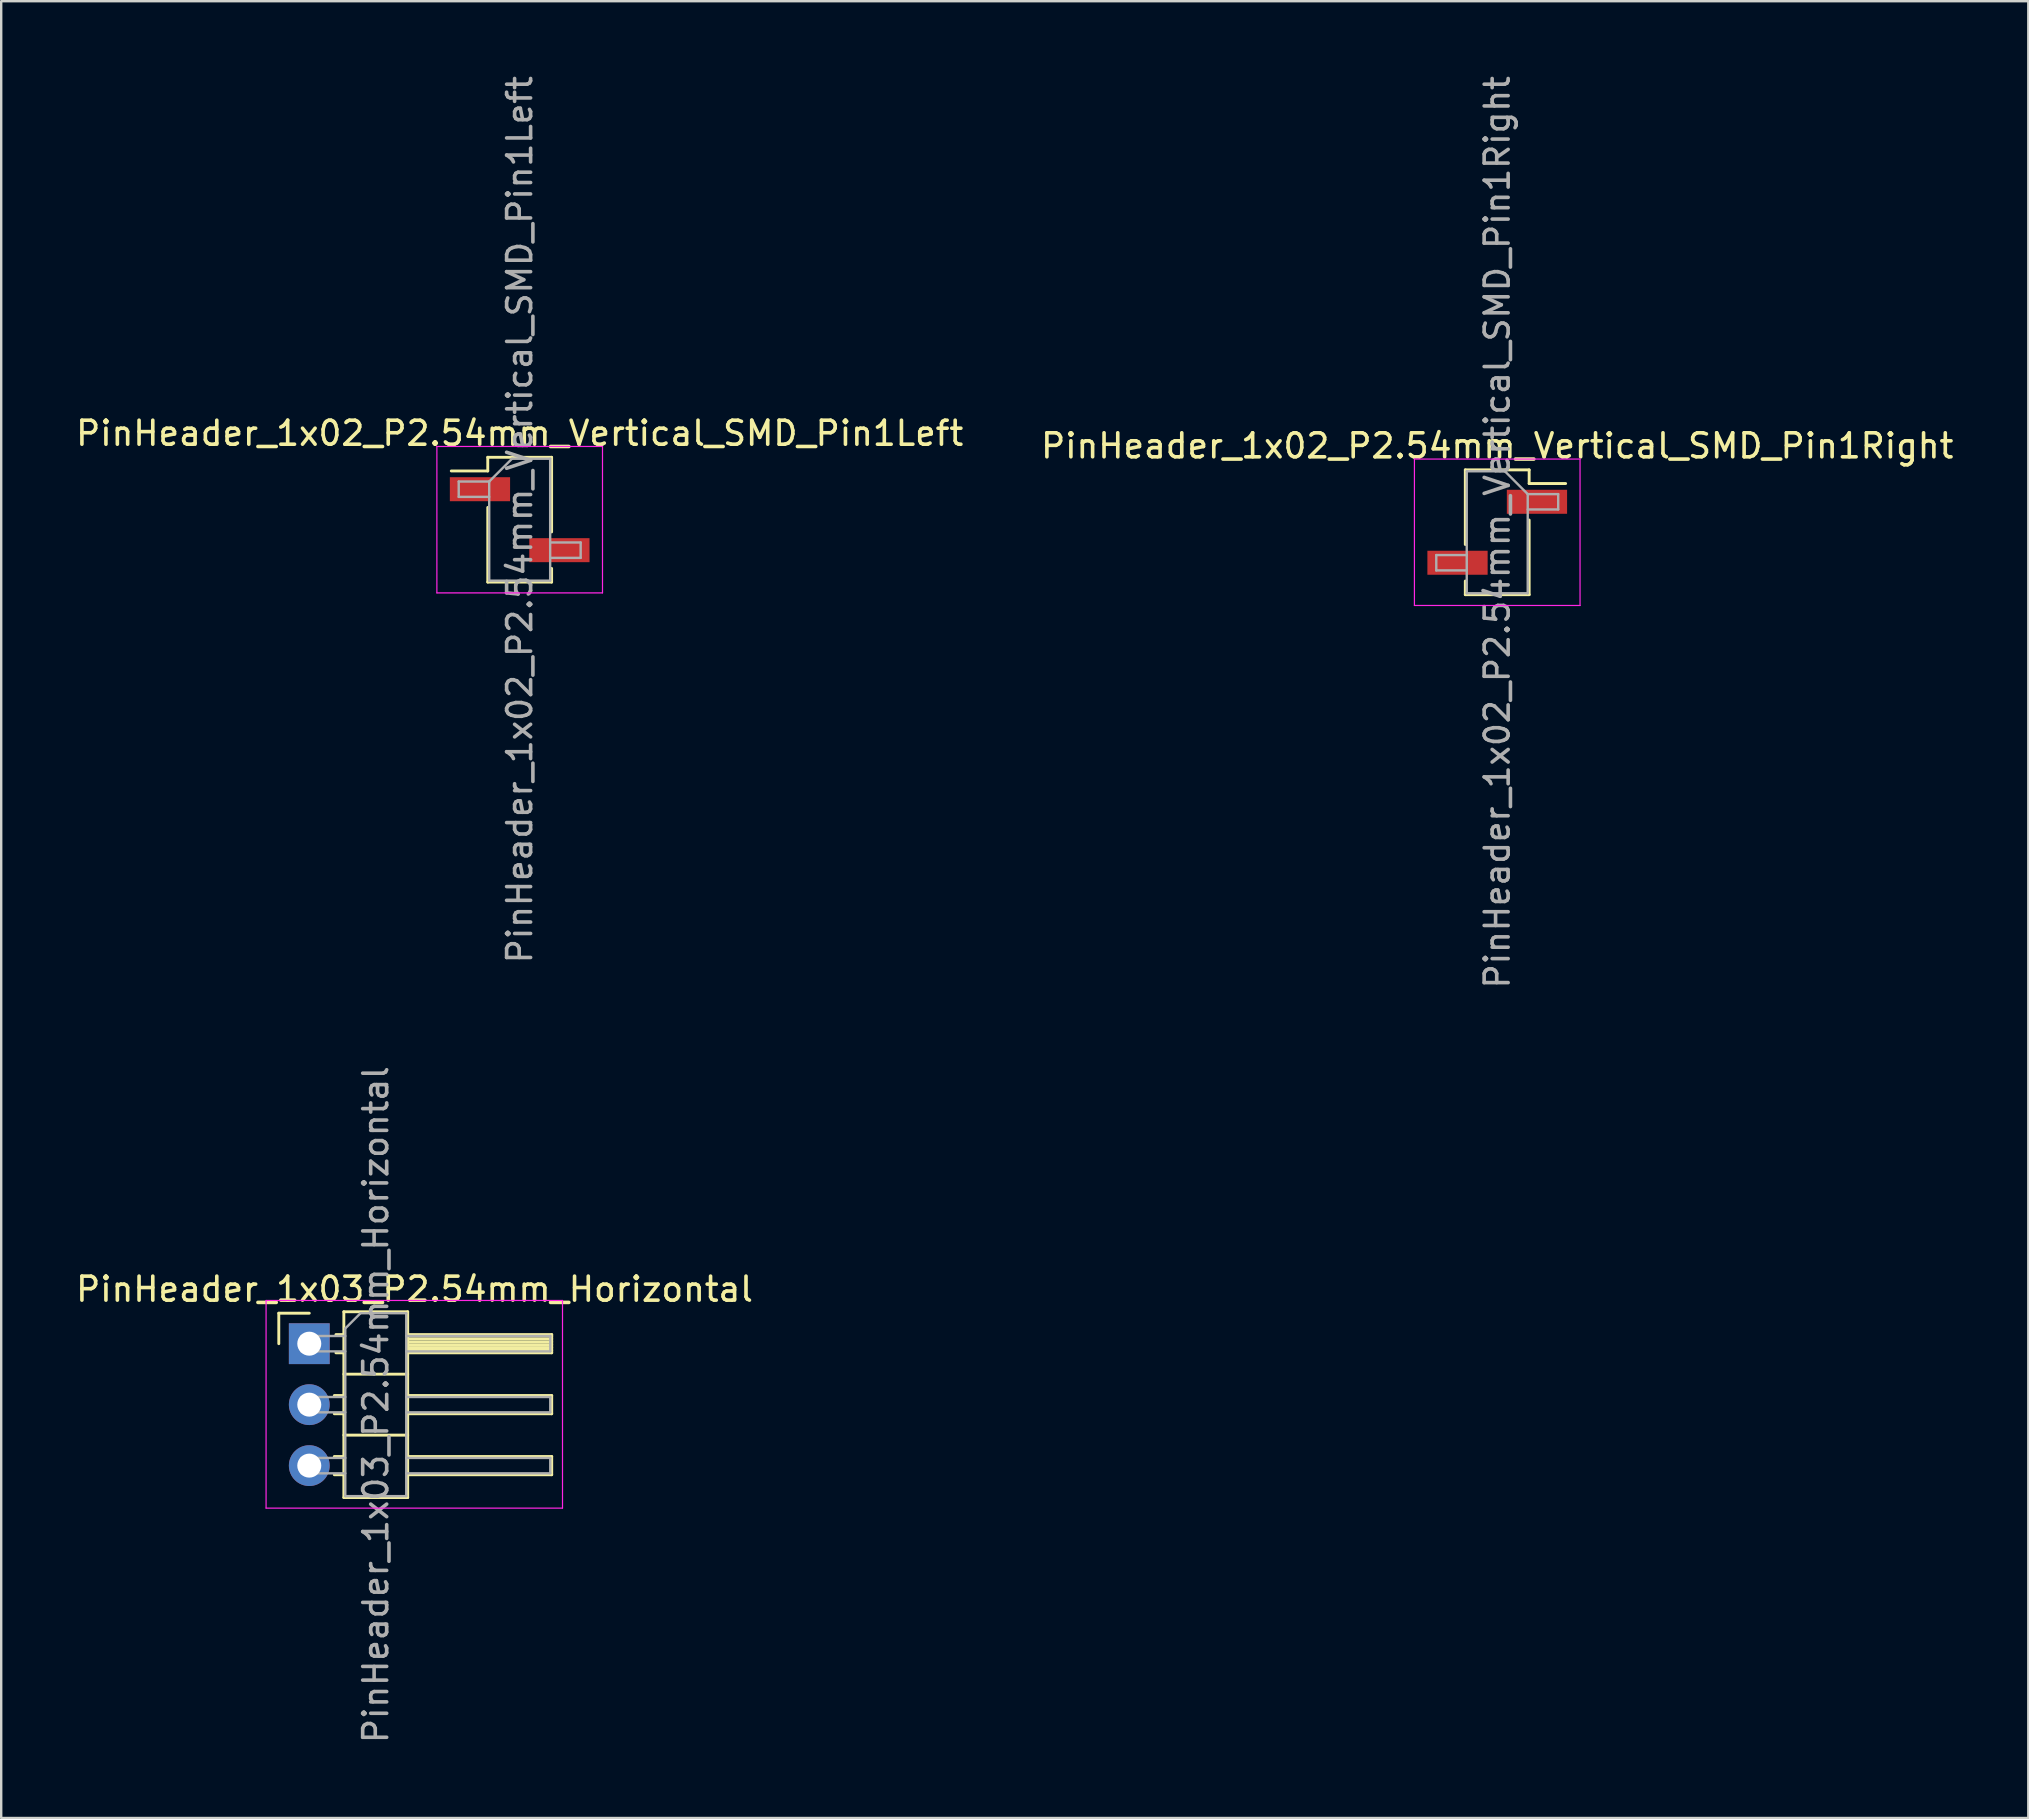
<source format=kicad_pcb>
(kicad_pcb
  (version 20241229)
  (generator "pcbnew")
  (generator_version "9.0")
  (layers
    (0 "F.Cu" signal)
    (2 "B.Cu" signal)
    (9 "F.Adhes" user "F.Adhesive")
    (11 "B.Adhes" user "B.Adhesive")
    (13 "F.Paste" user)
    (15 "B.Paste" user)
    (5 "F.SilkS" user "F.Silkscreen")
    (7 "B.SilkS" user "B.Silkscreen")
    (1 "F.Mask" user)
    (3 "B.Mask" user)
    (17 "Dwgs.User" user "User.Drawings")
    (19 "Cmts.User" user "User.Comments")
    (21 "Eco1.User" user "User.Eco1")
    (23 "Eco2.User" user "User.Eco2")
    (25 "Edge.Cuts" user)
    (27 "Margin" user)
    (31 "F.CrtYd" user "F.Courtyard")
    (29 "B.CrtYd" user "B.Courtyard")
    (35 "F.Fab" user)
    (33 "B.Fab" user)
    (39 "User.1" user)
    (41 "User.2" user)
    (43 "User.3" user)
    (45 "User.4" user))
  (footprint "PinHeader_1x02_P2.54mm_Vertical_SMD_Pin1Left"
    (layer "F.Cu")
    (at 18.601 18.601)
    (property "Reference" "PinHeader_1x02_P2.54mm_Vertical_SMD_Pin1Left" (at 0 -3.6 0) (layer "F.SilkS") (effects (font (size 1 1) (thickness 0.15))))
    (attr smd)
    (fp_line (start -1.33 -2.6) (end -1.33 -2.03) (stroke (width 0.12) (type solid)) (layer "F.SilkS"))
    (fp_line (start -1.33 -2.6) (end 1.33 -2.6) (stroke (width 0.12) (type solid)) (layer "F.SilkS"))
    (fp_line (start -1.33 -2.03) (end -2.85 -2.03) (stroke (width 0.12) (type solid)) (layer "F.SilkS"))
    (fp_line (start -1.33 -0.51) (end -1.33 2.6) (stroke (width 0.12) (type solid)) (layer "F.SilkS"))
    (fp_line (start -1.33 2.6) (end 1.33 2.6) (stroke (width 0.12) (type solid)) (layer "F.SilkS"))
    (fp_line (start 1.33 -2.6) (end 1.33 0.51) (stroke (width 0.12) (type solid)) (layer "F.SilkS"))
    (fp_line (start 1.33 2.03) (end 1.33 2.6) (stroke (width 0.12) (type solid)) (layer "F.SilkS"))
    (fp_line (start -3.45 -3.05) (end -3.45 3.05) (stroke (width 0.05) (type solid)) (layer "F.CrtYd"))
    (fp_line (start -3.45 3.05) (end 3.45 3.05) (stroke (width 0.05) (type solid)) (layer "F.CrtYd"))
    (fp_line (start 3.45 -3.05) (end -3.45 -3.05) (stroke (width 0.05) (type solid)) (layer "F.CrtYd"))
    (fp_line (start 3.45 3.05) (end 3.45 -3.05) (stroke (width 0.05) (type solid)) (layer "F.CrtYd"))
    (fp_line (start -2.54 -1.59) (end -2.54 -0.95) (stroke (width 0.1) (type solid)) (layer "F.Fab"))
    (fp_line (start -2.54 -0.95) (end -1.27 -0.95) (stroke (width 0.1) (type solid)) (layer "F.Fab"))
    (fp_line (start -1.27 -1.59) (end -2.54 -1.59) (stroke (width 0.1) (type solid)) (layer "F.Fab"))
    (fp_line (start -1.27 -1.59) (end -0.32 -2.54) (stroke (width 0.1) (type solid)) (layer "F.Fab"))
    (fp_line (start -1.27 2.54) (end -1.27 -1.59) (stroke (width 0.1) (type solid)) (layer "F.Fab"))
    (fp_line (start -0.32 -2.54) (end 1.27 -2.54) (stroke (width 0.1) (type solid)) (layer "F.Fab"))
    (fp_line (start 1.27 -2.54) (end 1.27 2.54) (stroke (width 0.1) (type solid)) (layer "F.Fab"))
    (fp_line (start 1.27 0.95) (end 2.54 0.95) (stroke (width 0.1) (type solid)) (layer "F.Fab"))
    (fp_line (start 1.27 2.54) (end -1.27 2.54) (stroke (width 0.1) (type solid)) (layer "F.Fab"))
    (fp_line (start 2.54 0.95) (end 2.54 1.59) (stroke (width 0.1) (type solid)) (layer "F.Fab"))
    (fp_line (start 2.54 1.59) (end 1.27 1.59) (stroke (width 0.1) (type solid)) (layer "F.Fab"))
    (fp_text user "${REFERENCE}" (at 0 0 90) (layer "F.Fab") (effects (font (size 1 1) (thickness 0.15))))
    (pad "1" smd rect (at -1.655 -1.27) (size 2.51 1) (layers "F.Cu" "F.Mask" "F.Paste"))
    (pad "2" smd rect (at 1.655 1.27) (size 2.51 1) (layers "F.Cu" "F.Mask" "F.Paste")))
  (footprint "PinHeader_1x02_P2.54mm_Vertical_SMD_Pin1Right"
    (layer "F.Cu")
    (at 59.327 19.125)
    (property "Reference" "PinHeader_1x02_P2.54mm_Vertical_SMD_Pin1Right" (at 0 -3.6 0) (layer "F.SilkS") (effects (font (size 1 1) (thickness 0.15))))
    (attr smd)
    (fp_line (start -1.33 -2.6) (end -1.33 0.51) (stroke (width 0.12) (type solid)) (layer "F.SilkS"))
    (fp_line (start -1.33 -2.6) (end 1.33 -2.6) (stroke (width 0.12) (type solid)) (layer "F.SilkS"))
    (fp_line (start -1.33 2.03) (end -1.33 2.6) (stroke (width 0.12) (type solid)) (layer "F.SilkS"))
    (fp_line (start -1.33 2.6) (end 1.33 2.6) (stroke (width 0.12) (type solid)) (layer "F.SilkS"))
    (fp_line (start 1.33 -2.6) (end 1.33 -2.03) (stroke (width 0.12) (type solid)) (layer "F.SilkS"))
    (fp_line (start 1.33 -2.03) (end 2.85 -2.03) (stroke (width 0.12) (type solid)) (layer "F.SilkS"))
    (fp_line (start 1.33 -0.51) (end 1.33 2.6) (stroke (width 0.12) (type solid)) (layer "F.SilkS"))
    (fp_line (start -3.45 -3.05) (end -3.45 3.05) (stroke (width 0.05) (type solid)) (layer "F.CrtYd"))
    (fp_line (start -3.45 3.05) (end 3.45 3.05) (stroke (width 0.05) (type solid)) (layer "F.CrtYd"))
    (fp_line (start 3.45 -3.05) (end -3.45 -3.05) (stroke (width 0.05) (type solid)) (layer "F.CrtYd"))
    (fp_line (start 3.45 3.05) (end 3.45 -3.05) (stroke (width 0.05) (type solid)) (layer "F.CrtYd"))
    (fp_line (start -2.54 0.95) (end -2.54 1.59) (stroke (width 0.1) (type solid)) (layer "F.Fab"))
    (fp_line (start -2.54 1.59) (end -1.27 1.59) (stroke (width 0.1) (type solid)) (layer "F.Fab"))
    (fp_line (start -1.27 -2.54) (end -1.27 2.54) (stroke (width 0.1) (type solid)) (layer "F.Fab"))
    (fp_line (start -1.27 -2.54) (end 0.32 -2.54) (stroke (width 0.1) (type solid)) (layer "F.Fab"))
    (fp_line (start -1.27 0.95) (end -2.54 0.95) (stroke (width 0.1) (type solid)) (layer "F.Fab"))
    (fp_line (start 1.27 -1.59) (end 0.32 -2.54) (stroke (width 0.1) (type solid)) (layer "F.Fab"))
    (fp_line (start 1.27 -1.59) (end 2.54 -1.59) (stroke (width 0.1) (type solid)) (layer "F.Fab"))
    (fp_line (start 1.27 2.54) (end -1.27 2.54) (stroke (width 0.1) (type solid)) (layer "F.Fab"))
    (fp_line (start 1.27 2.54) (end 1.27 -1.59) (stroke (width 0.1) (type solid)) (layer "F.Fab"))
    (fp_line (start 2.54 -1.59) (end 2.54 -0.95) (stroke (width 0.1) (type solid)) (layer "F.Fab"))
    (fp_line (start 2.54 -0.95) (end 1.27 -0.95) (stroke (width 0.1) (type solid)) (layer "F.Fab"))
    (fp_text user "${REFERENCE}" (at 0 0 90) (layer "F.Fab") (effects (font (size 1 1) (thickness 0.15))))
    (pad "1" smd rect (at 1.655 -1.27) (size 2.51 1) (layers "F.Cu" "F.Mask" "F.Paste"))
    (pad "2" smd rect (at -1.655 1.27) (size 2.51 1) (layers "F.Cu" "F.Mask" "F.Paste")))
  (footprint "PinHeader_1x03_P2.54mm_Horizontal"
    (layer "F.Cu")
    (at 9.835 52.93)
    (property "Reference" "PinHeader_1x03_P2.54mm_Horizontal" (at 4.385 -2.27 0) (layer "F.SilkS") (effects (font (size 1 1) (thickness 0.15))))
    (attr through_hole)
    (fp_line (start -1.27 -1.27) (end 0 -1.27) (stroke (width 0.12) (type solid)) (layer "F.SilkS"))
    (fp_line (start -1.27 0) (end -1.27 -1.27) (stroke (width 0.12) (type solid)) (layer "F.SilkS"))
    (fp_line (start 1.043 2.16) (end 1.44 2.16) (stroke (width 0.12) (type solid)) (layer "F.SilkS"))
    (fp_line (start 1.043 2.92) (end 1.44 2.92) (stroke (width 0.12) (type solid)) (layer "F.SilkS"))
    (fp_line (start 1.043 4.7) (end 1.44 4.7) (stroke (width 0.12) (type solid)) (layer "F.SilkS"))
    (fp_line (start 1.043 5.46) (end 1.44 5.46) (stroke (width 0.12) (type solid)) (layer "F.SilkS"))
    (fp_line (start 1.11 -0.38) (end 1.44 -0.38) (stroke (width 0.12) (type solid)) (layer "F.SilkS"))
    (fp_line (start 1.11 0.38) (end 1.44 0.38) (stroke (width 0.12) (type solid)) (layer "F.SilkS"))
    (fp_line (start 1.44 -1.33) (end 1.44 6.41) (stroke (width 0.12) (type solid)) (layer "F.SilkS"))
    (fp_line (start 1.44 1.27) (end 4.1 1.27) (stroke (width 0.12) (type solid)) (layer "F.SilkS"))
    (fp_line (start 1.44 3.81) (end 4.1 3.81) (stroke (width 0.12) (type solid)) (layer "F.SilkS"))
    (fp_line (start 1.44 6.41) (end 4.1 6.41) (stroke (width 0.12) (type solid)) (layer "F.SilkS"))
    (fp_line (start 4.1 -1.33) (end 1.44 -1.33) (stroke (width 0.12) (type solid)) (layer "F.SilkS"))
    (fp_line (start 4.1 -0.38) (end 10.1 -0.38) (stroke (width 0.12) (type solid)) (layer "F.SilkS"))
    (fp_line (start 4.1 -0.32) (end 10.1 -0.32) (stroke (width 0.12) (type solid)) (layer "F.SilkS"))
    (fp_line (start 4.1 -0.2) (end 10.1 -0.2) (stroke (width 0.12) (type solid)) (layer "F.SilkS"))
    (fp_line (start 4.1 -0.08) (end 10.1 -0.08) (stroke (width 0.12) (type solid)) (layer "F.SilkS"))
    (fp_line (start 4.1 0.04) (end 10.1 0.04) (stroke (width 0.12) (type solid)) (layer "F.SilkS"))
    (fp_line (start 4.1 0.16) (end 10.1 0.16) (stroke (width 0.12) (type solid)) (layer "F.SilkS"))
    (fp_line (start 4.1 0.28) (end 10.1 0.28) (stroke (width 0.12) (type solid)) (layer "F.SilkS"))
    (fp_line (start 4.1 2.16) (end 10.1 2.16) (stroke (width 0.12) (type solid)) (layer "F.SilkS"))
    (fp_line (start 4.1 4.7) (end 10.1 4.7) (stroke (width 0.12) (type solid)) (layer "F.SilkS"))
    (fp_line (start 4.1 6.41) (end 4.1 -1.33) (stroke (width 0.12) (type solid)) (layer "F.SilkS"))
    (fp_line (start 10.1 -0.38) (end 10.1 0.38) (stroke (width 0.12) (type solid)) (layer "F.SilkS"))
    (fp_line (start 10.1 0.38) (end 4.1 0.38) (stroke (width 0.12) (type solid)) (layer "F.SilkS"))
    (fp_line (start 10.1 2.16) (end 10.1 2.92) (stroke (width 0.12) (type solid)) (layer "F.SilkS"))
    (fp_line (start 10.1 2.92) (end 4.1 2.92) (stroke (width 0.12) (type solid)) (layer "F.SilkS"))
    (fp_line (start 10.1 4.7) (end 10.1 5.46) (stroke (width 0.12) (type solid)) (layer "F.SilkS"))
    (fp_line (start 10.1 5.46) (end 4.1 5.46) (stroke (width 0.12) (type solid)) (layer "F.SilkS"))
    (fp_line (start -1.8 -1.8) (end -1.8 6.85) (stroke (width 0.05) (type solid)) (layer "F.CrtYd"))
    (fp_line (start -1.8 6.85) (end 10.55 6.85) (stroke (width 0.05) (type solid)) (layer "F.CrtYd"))
    (fp_line (start 10.55 -1.8) (end -1.8 -1.8) (stroke (width 0.05) (type solid)) (layer "F.CrtYd"))
    (fp_line (start 10.55 6.85) (end 10.55 -1.8) (stroke (width 0.05) (type solid)) (layer "F.CrtYd"))
    (fp_line (start -0.32 -0.32) (end -0.32 0.32) (stroke (width 0.1) (type solid)) (layer "F.Fab"))
    (fp_line (start -0.32 -0.32) (end 1.5 -0.32) (stroke (width 0.1) (type solid)) (layer "F.Fab"))
    (fp_line (start -0.32 0.32) (end 1.5 0.32) (stroke (width 0.1) (type solid)) (layer "F.Fab"))
    (fp_line (start -0.32 2.22) (end -0.32 2.86) (stroke (width 0.1) (type solid)) (layer "F.Fab"))
    (fp_line (start -0.32 2.22) (end 1.5 2.22) (stroke (width 0.1) (type solid)) (layer "F.Fab"))
    (fp_line (start -0.32 2.86) (end 1.5 2.86) (stroke (width 0.1) (type solid)) (layer "F.Fab"))
    (fp_line (start -0.32 4.76) (end -0.32 5.4) (stroke (width 0.1) (type solid)) (layer "F.Fab"))
    (fp_line (start -0.32 4.76) (end 1.5 4.76) (stroke (width 0.1) (type solid)) (layer "F.Fab"))
    (fp_line (start -0.32 5.4) (end 1.5 5.4) (stroke (width 0.1) (type solid)) (layer "F.Fab"))
    (fp_line (start 1.5 -0.635) (end 2.135 -1.27) (stroke (width 0.1) (type solid)) (layer "F.Fab"))
    (fp_line (start 1.5 6.35) (end 1.5 -0.635) (stroke (width 0.1) (type solid)) (layer "F.Fab"))
    (fp_line (start 2.135 -1.27) (end 4.04 -1.27) (stroke (width 0.1) (type solid)) (layer "F.Fab"))
    (fp_line (start 4.04 -1.27) (end 4.04 6.35) (stroke (width 0.1) (type solid)) (layer "F.Fab"))
    (fp_line (start 4.04 -0.32) (end 10.04 -0.32) (stroke (width 0.1) (type solid)) (layer "F.Fab"))
    (fp_line (start 4.04 0.32) (end 10.04 0.32) (stroke (width 0.1) (type solid)) (layer "F.Fab"))
    (fp_line (start 4.04 2.22) (end 10.04 2.22) (stroke (width 0.1) (type solid)) (layer "F.Fab"))
    (fp_line (start 4.04 2.86) (end 10.04 2.86) (stroke (width 0.1) (type solid)) (layer "F.Fab"))
    (fp_line (start 4.04 4.76) (end 10.04 4.76) (stroke (width 0.1) (type solid)) (layer "F.Fab"))
    (fp_line (start 4.04 5.4) (end 10.04 5.4) (stroke (width 0.1) (type solid)) (layer "F.Fab"))
    (fp_line (start 4.04 6.35) (end 1.5 6.35) (stroke (width 0.1) (type solid)) (layer "F.Fab"))
    (fp_line (start 10.04 -0.32) (end 10.04 0.32) (stroke (width 0.1) (type solid)) (layer "F.Fab"))
    (fp_line (start 10.04 2.22) (end 10.04 2.86) (stroke (width 0.1) (type solid)) (layer "F.Fab"))
    (fp_line (start 10.04 4.76) (end 10.04 5.4) (stroke (width 0.1) (type solid)) (layer "F.Fab"))
    (fp_text user "${REFERENCE}" (at 2.77 2.54 90) (layer "F.Fab") (effects (font (size 1 1) (thickness 0.15))))
    (pad "1" thru_hole rect (at 0 0) (size 1.7 1.7) (drill 1) (layers "*.Cu" "*.Mask"))
    (pad "2" thru_hole oval (at 0 2.54) (size 1.7 1.7) (drill 1) (layers "*.Cu" "*.Mask"))
    (pad "3" thru_hole oval (at 0 5.08) (size 1.7 1.7) (drill 1) (layers "*.Cu" "*.Mask")))
  (gr_rect
    (start -3 -3)
    (end 81.452 72.69)
    (stroke (width 0.1) (type default))
    (fill no)
    (layer "Edge.Cuts")))
</source>
